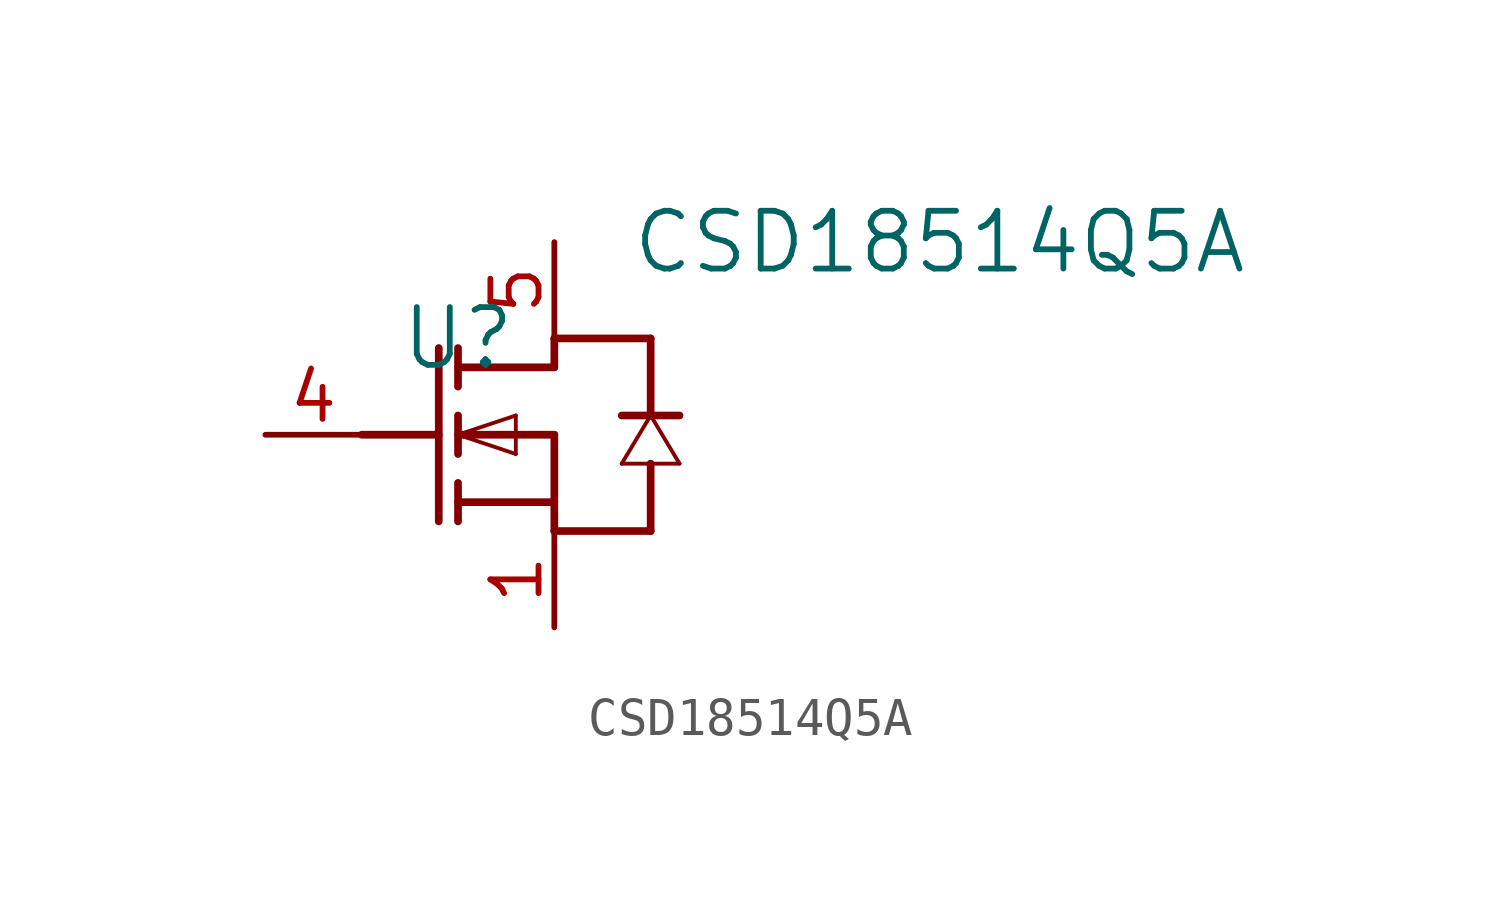
<source format=kicad_sym>
(kicad_symbol_lib
  (version 20220914)
  (generator kicad_symbol_editor)
  (symbol "CSD18514Q5A"
    (pin_names
      (offset 0.254))
    (property "Reference" "U"
      (at 0 2.54 0)
      (effects (font (size 1.524 1.524))))
    (property "Value" "CSD18514Q5A"
      (at 12.7 5.08 0)
      (effects (font (size 1.524 1.524))))
    (property "ki_locked" ""
      (at 0 0 0)
      (effects (font (size 1.27 1.27))))
    (symbol "CSD18514Q5A_0_1"
      (polyline (pts (xy -2.54 0) (xy -0.508 0)) (stroke (width 0.203) (type default)) (fill (type none)))
      (polyline (pts (xy -0.508 2.286) (xy -0.508 -2.286)) (stroke (width 0.203) (type default)) (fill (type none)))
      (polyline (pts (xy 0 -2.286) (xy 0 -1.27)) (stroke (width 0.203) (type default)) (fill (type none)))
      (polyline (pts (xy 0 -0.508) (xy 0 0.508)) (stroke (width 0.203) (type default)) (fill (type none)))
      (polyline (pts (xy 0 0) (xy 1.524 -0.508)) (stroke (width 0.102) (type default)) (fill (type none)))
      (polyline (pts (xy 0 2.286) (xy 0 1.27)) (stroke (width 0.203) (type default)) (fill (type none)))
      (polyline (pts (xy 1.524 -0.508) (xy 1.524 0.508)) (stroke (width 0.102) (type default)) (fill (type none)))
      (polyline (pts (xy 1.524 0.508) (xy 0 0)) (stroke (width 0.102) (type default)) (fill (type none)))
      (polyline (pts (xy 2.54 -2.54) (xy 5.08 -2.54)) (stroke (width 0.203) (type default)) (fill (type none)))
      (polyline (pts (xy 2.54 -1.778) (xy 0 -1.778)) (stroke (width 0.203) (type default)) (fill (type none)))
      (polyline (pts (xy 2.54 0) (xy 0 0)) (stroke (width 0.203) (type default)) (fill (type none)))
      (polyline (pts (xy 2.54 0) (xy 2.54 -2.54)) (stroke (width 0.203) (type default)) (fill (type none)))
      (polyline (pts (xy 2.54 1.778) (xy 0 1.778)) (stroke (width 0.203) (type default)) (fill (type none)))
      (polyline (pts (xy 2.54 1.778) (xy 2.54 2.54)) (stroke (width 0.203) (type default)) (fill (type none)))
      (polyline (pts (xy 2.54 2.54) (xy 5.08 2.54)) (stroke (width 0.203) (type default)) (fill (type none)))
      (polyline (pts (xy 4.318 -0.762) (xy 5.842 -0.762)) (stroke (width 0.102) (type default)) (fill (type none)))
      (polyline (pts (xy 4.318 0.508) (xy 5.842 0.508)) (stroke (width 0.203) (type default)) (fill (type none)))
      (polyline (pts (xy 5.08 -2.54) (xy 5.08 -0.762)) (stroke (width 0.203) (type default)) (fill (type none)))
      (polyline (pts (xy 5.08 0.508) (xy 4.318 -0.762)) (stroke (width 0.102) (type default)) (fill (type none)))
      (polyline (pts (xy 5.08 2.54) (xy 5.08 0.508)) (stroke (width 0.203) (type default)) (fill (type none)))
      (polyline (pts (xy 5.842 -0.762) (xy 5.08 0.508)) (stroke (width 0.102) (type default)) (fill (type none))))
    (symbol "CSD18514Q5A_1_1"
      (pin unspecified line (at 2.54 -5.08 90) (length 2.53) (name "" (effects (font (size 1.27 1.27)))) (number "1" (effects (font (size 1.27 1.27)))))
      (pin unspecified line (at 2.54 -5.08 90) (length 2.53) hide (name "S" (effects (font (size 1.27 1.27)))) (number "2" (effects (font (size 1.27 1.27)))))
      (pin unspecified line (at 2.54 -5.07 90) (length 2.53) hide (name "S" (effects (font (size 1.27 1.27)))) (number "3" (effects (font (size 1.27 1.27)))))
      (pin unspecified line (at -5.08 0 0) (length 2.53) (name "" (effects (font (size 1.27 1.27)))) (number "4" (effects (font (size 1.27 1.27)))))
      (pin unspecified line (at 2.54 5.08 270) (length 2.53) (name "" (effects (font (size 1.27 1.27)))) (number "5" (effects (font (size 1.27 1.27)))))
      (pin unspecified line (at 2.54 5.08 270) (length 2.53) hide (name "D" (effects (font (size 1.27 1.27)))) (number "6" (effects (font (size 1.27 1.27)))))
      (pin unspecified line (at 2.54 5.08 270) (length 2.53) hide (name "D" (effects (font (size 1.27 1.27)))) (number "7" (effects (font (size 1.27 1.27)))))
      (pin unspecified line (at 2.54 5.08 270) (length 2.53) hide (name "D" (effects (font (size 1.27 1.27)))) (number "8" (effects (font (size 1.27 1.27)))))
      (pin unspecified line (at 2.54 5.08 270) (length 2.53) hide (name "" (effects (font (size 1.27 1.27)))) (number "9" (effects (font (size 1.27 1.27))))))))
</source>
